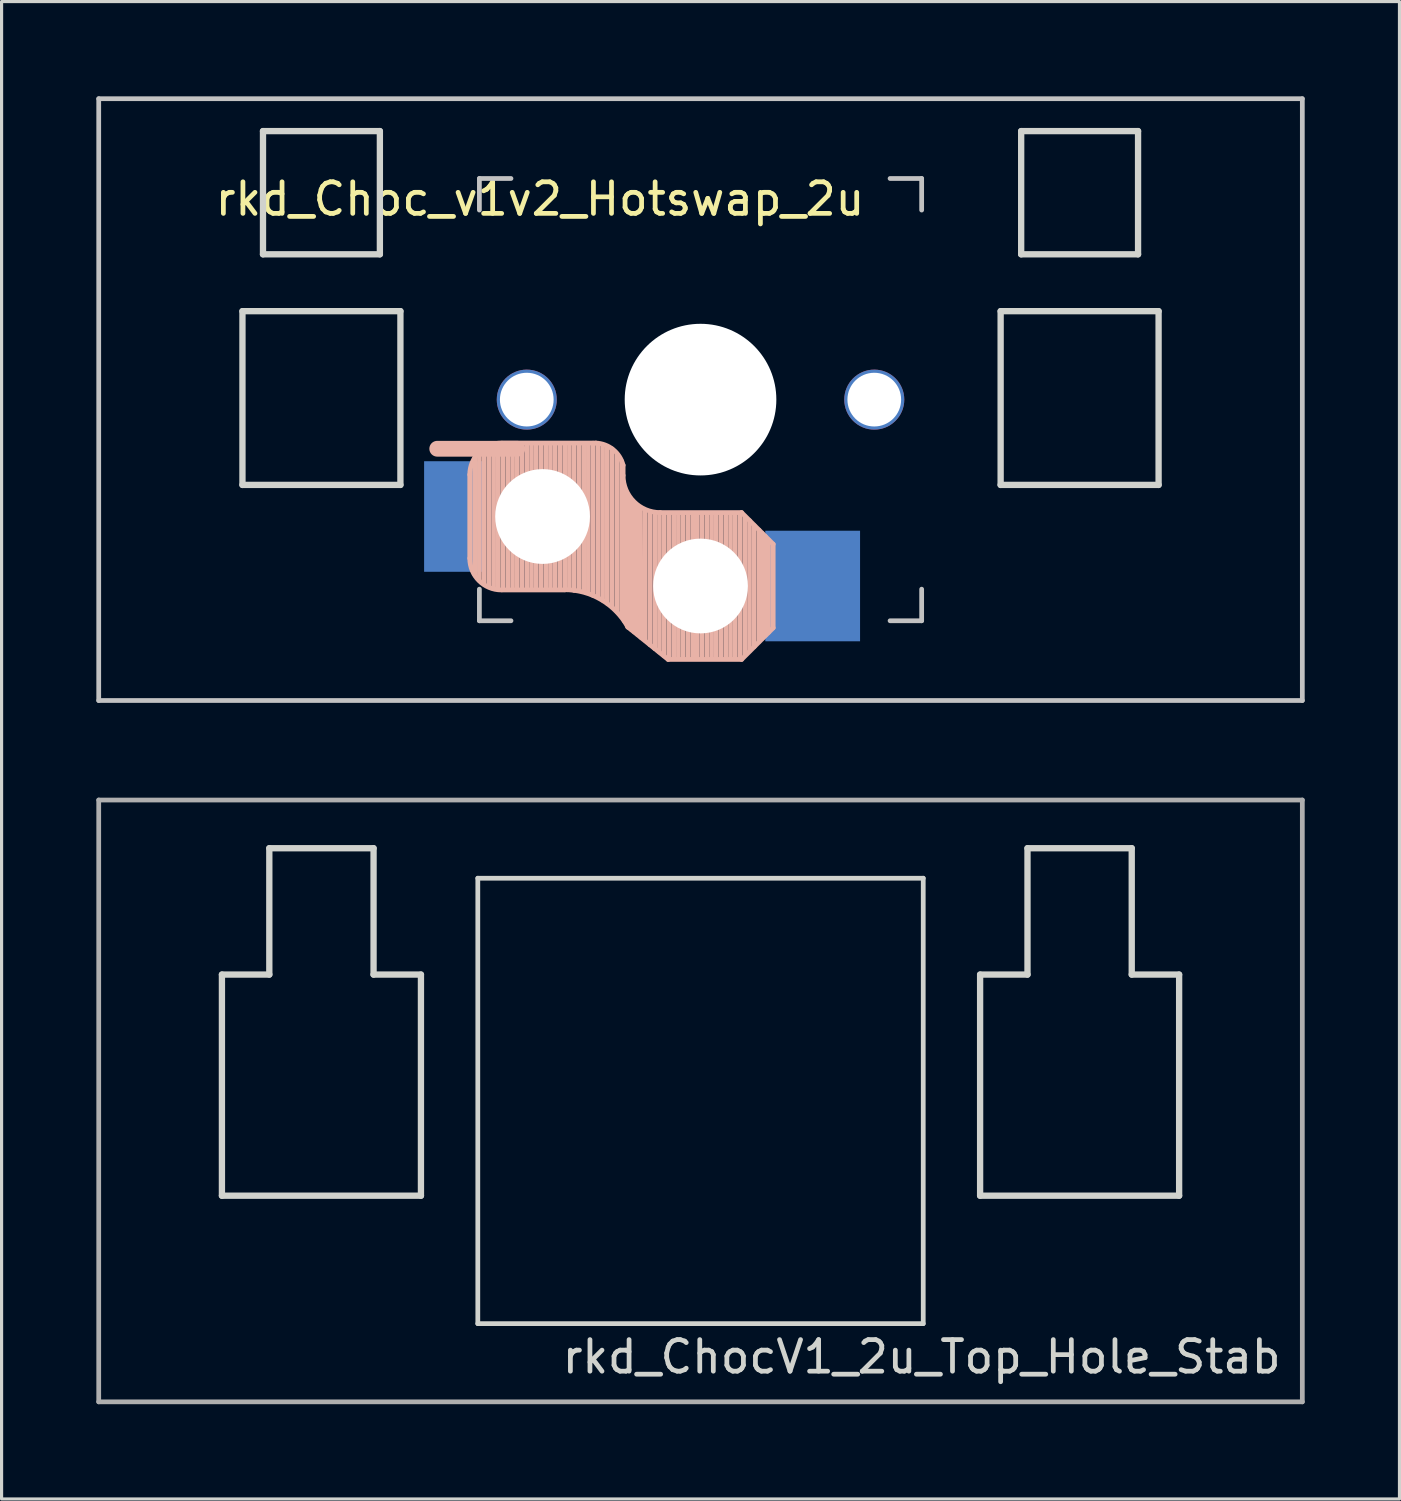
<source format=kicad_pcb>
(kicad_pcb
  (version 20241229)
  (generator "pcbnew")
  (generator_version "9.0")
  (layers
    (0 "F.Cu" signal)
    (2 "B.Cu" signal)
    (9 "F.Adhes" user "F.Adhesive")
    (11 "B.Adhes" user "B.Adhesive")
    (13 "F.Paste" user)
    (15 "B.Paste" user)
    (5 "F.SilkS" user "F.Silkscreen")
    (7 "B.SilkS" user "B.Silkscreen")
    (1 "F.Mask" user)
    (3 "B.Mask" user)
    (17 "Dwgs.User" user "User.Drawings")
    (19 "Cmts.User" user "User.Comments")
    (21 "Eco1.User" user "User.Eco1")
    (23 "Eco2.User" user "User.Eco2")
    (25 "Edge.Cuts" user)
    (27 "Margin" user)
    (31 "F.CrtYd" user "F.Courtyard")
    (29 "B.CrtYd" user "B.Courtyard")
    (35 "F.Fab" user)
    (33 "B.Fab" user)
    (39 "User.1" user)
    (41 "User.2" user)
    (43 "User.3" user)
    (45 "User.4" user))
  (footprint "rkd_ChocV1_2u_Top_Hole_Stab"
    (layer "F.Cu")
    (at 19.125 31.8)
    (property "Reference" "rkd_ChocV1_2u_Top_Hole_Stab" (at 7 8.1 0) (layer "Edge.Cuts") (effects (font (size 1 1) (thickness 0.15))))
    (attr through_hole)
    (fp_line (start -15.15 -4) (end -15.15 3) (stroke (width 0.2) (type solid)) (layer "Edge.Cuts"))
    (fp_line (start -13.65 -8) (end -13.65 -4) (stroke (width 0.2) (type solid)) (layer "Edge.Cuts"))
    (fp_line (start -13.65 -8) (end -10.35 -8) (stroke (width 0.2) (type solid)) (layer "Edge.Cuts"))
    (fp_line (start -13.65 -4) (end -15.15 -4) (stroke (width 0.2) (type solid)) (layer "Edge.Cuts"))
    (fp_line (start -10.35 -8) (end -10.35 -4) (stroke (width 0.2) (type solid)) (layer "Edge.Cuts"))
    (fp_line (start -10.35 -4) (end -8.85 -4) (stroke (width 0.2) (type solid)) (layer "Edge.Cuts"))
    (fp_line (start -8.85 -4) (end -8.85 3) (stroke (width 0.2) (type solid)) (layer "Edge.Cuts"))
    (fp_line (start -8.85 3) (end -15.15 3) (stroke (width 0.2) (type solid)) (layer "Edge.Cuts"))
    (fp_line (start -7.05 -7.05) (end 7.05 -7.05) (stroke (width 0.15) (type solid)) (layer "Edge.Cuts"))
    (fp_line (start -7.05 7.05) (end -7.05 -7.05) (stroke (width 0.15) (type solid)) (layer "Edge.Cuts"))
    (fp_line (start 7.05 -7.05) (end 7.05 7.05) (stroke (width 0.15) (type solid)) (layer "Edge.Cuts"))
    (fp_line (start 7.05 7.05) (end -7.05 7.05) (stroke (width 0.15) (type solid)) (layer "Edge.Cuts"))
    (fp_line (start 8.85 -4) (end 8.85 3) (stroke (width 0.2) (type solid)) (layer "Edge.Cuts"))
    (fp_line (start 10.35 -8) (end 10.35 -4) (stroke (width 0.2) (type solid)) (layer "Edge.Cuts"))
    (fp_line (start 10.35 -8) (end 13.65 -8) (stroke (width 0.2) (type solid)) (layer "Edge.Cuts"))
    (fp_line (start 10.35 -4) (end 8.85 -4) (stroke (width 0.2) (type solid)) (layer "Edge.Cuts"))
    (fp_line (start 13.65 -8) (end 13.65 -4) (stroke (width 0.2) (type solid)) (layer "Edge.Cuts"))
    (fp_line (start 13.65 -4) (end 15.15 -4) (stroke (width 0.2) (type solid)) (layer "Edge.Cuts"))
    (fp_line (start 15.15 -4) (end 15.15 3) (stroke (width 0.2) (type solid)) (layer "Edge.Cuts"))
    (fp_line (start 15.15 3) (end 8.85 3) (stroke (width 0.2) (type solid)) (layer "Edge.Cuts"))
    (fp_line (start -19.05 -9.525) (end -19.05 9.525) (stroke (width 0.15) (type solid)) (layer "F.Fab"))
    (fp_line (start -19.05 9.525) (end 19.05 9.525) (stroke (width 0.15) (type solid)) (layer "F.Fab"))
    (fp_line (start 19.05 -9.525) (end -19.05 -9.525) (stroke (width 0.15) (type solid)) (layer "F.Fab"))
    (fp_line (start 19.05 9.525) (end 19.05 -9.525) (stroke (width 0.15) (type solid)) (layer "F.Fab")))
  (footprint "rkd_Choc_v1v2_Hotswap_2u"
    (layer "F.Cu")
    (at 19.125 9.6)
    (property "Reference" "rkd_Choc_v1v2_Hotswap_2u" (at -5.08 -6.35 180) (layer "F.SilkS") (effects (font (size 1 1) (thickness 0.15))))
    (attr through_hole)
    (fp_line (start -7.305 2.375) (end -7.305 5.025) (stroke (width 0.15) (type solid)) (layer "B.SilkS"))
    (fp_line (start -7.15 5.53) (end -7.15 1.85) (stroke (width 0.15) (type solid)) (layer "B.SilkS"))
    (fp_line (start -7 5.7) (end -7 1.73) (stroke (width 0.15) (type solid)) (layer "B.SilkS"))
    (fp_line (start -6.85 5.84) (end -6.85 1.7) (stroke (width 0.15) (type solid)) (layer "B.SilkS"))
    (fp_line (start -6.7 5.92) (end -6.7 1.8) (stroke (width 0.15) (type solid)) (layer "B.SilkS"))
    (fp_line (start -6.55 5.97) (end -6.55 1.65) (stroke (width 0.15) (type solid)) (layer "B.SilkS"))
    (fp_line (start -6.4 6.01) (end -6.4 1.5) (stroke (width 0.15) (type solid)) (layer "B.SilkS"))
    (fp_line (start -6.25 6) (end -6.25 1.4) (stroke (width 0.15) (type solid)) (layer "B.SilkS"))
    (fp_line (start -6.1 6) (end -6.1 1.4) (stroke (width 0.15) (type solid)) (layer "B.SilkS"))
    (fp_line (start -5.95 6) (end -5.95 1.4) (stroke (width 0.15) (type solid)) (layer "B.SilkS"))
    (fp_line (start -5.8 1.555) (end -8.334 1.555) (stroke (width 0.5) (type default)) (layer "B.SilkS"))
    (fp_line (start -5.8 6) (end -5.8 1.4) (stroke (width 0.15) (type solid)) (layer "B.SilkS"))
    (fp_line (start -5.65 6) (end -5.65 1.4) (stroke (width 0.15) (type solid)) (layer "B.SilkS"))
    (fp_line (start -5.5 6) (end -5.5 1.4) (stroke (width 0.15) (type solid)) (layer "B.SilkS"))
    (fp_line (start -5.35 6) (end -5.35 1.4) (stroke (width 0.15) (type solid)) (layer "B.SilkS"))
    (fp_line (start -5.2 6) (end -5.2 1.4) (stroke (width 0.15) (type solid)) (layer "B.SilkS"))
    (fp_line (start -5.05 6) (end -5.05 1.4) (stroke (width 0.15) (type solid)) (layer "B.SilkS"))
    (fp_line (start -4.9 6) (end -4.9 1.4) (stroke (width 0.15) (type solid)) (layer "B.SilkS"))
    (fp_line (start -4.75 6) (end -4.75 1.4) (stroke (width 0.15) (type solid)) (layer "B.SilkS"))
    (fp_line (start -4.6 6) (end -4.6 1.4) (stroke (width 0.15) (type solid)) (layer "B.SilkS"))
    (fp_line (start -4.45 6) (end -4.45 1.4) (stroke (width 0.15) (type solid)) (layer "B.SilkS"))
    (fp_line (start -4.3 6) (end -4.3 1.4) (stroke (width 0.15) (type solid)) (layer "B.SilkS"))
    (fp_line (start -4.3 6.025) (end -6.275 6.025) (stroke (width 0.15) (type solid)) (layer "B.SilkS"))
    (fp_line (start -4.15 6) (end -4.15 1.45) (stroke (width 0.15) (type solid)) (layer "B.SilkS"))
    (fp_line (start -4 6.04) (end -4 1.4) (stroke (width 0.15) (type solid)) (layer "B.SilkS"))
    (fp_line (start -3.85 6.05) (end -3.85 1.4) (stroke (width 0.15) (type solid)) (layer "B.SilkS"))
    (fp_line (start -3.7 6.05) (end -3.7 1.45) (stroke (width 0.15) (type solid)) (layer "B.SilkS"))
    (fp_line (start -3.55 6.1) (end -3.55 1.39) (stroke (width 0.15) (type solid)) (layer "B.SilkS"))
    (fp_line (start -3.4 6.2) (end -3.4 1.38) (stroke (width 0.15) (type solid)) (layer "B.SilkS"))
    (fp_line (start -3.311 1.375) (end -6.275 1.375) (stroke (width 0.15) (type solid)) (layer "B.SilkS"))
    (fp_line (start -3.25 6.25) (end -3.25 1.4) (stroke (width 0.15) (type solid)) (layer "B.SilkS"))
    (fp_line (start -3.1 6.35) (end -3.1 1.43) (stroke (width 0.15) (type solid)) (layer "B.SilkS"))
    (fp_line (start -2.95 6.45) (end -2.95 1.48) (stroke (width 0.15) (type solid)) (layer "B.SilkS"))
    (fp_line (start -2.8 6.55) (end -2.8 1.56) (stroke (width 0.15) (type solid)) (layer "B.SilkS"))
    (fp_line (start -2.65 6.7) (end -2.65 1.75) (stroke (width 0.15) (type solid)) (layer "B.SilkS"))
    (fp_line (start -2.5 6.85) (end -2.5 1.95) (stroke (width 0.15) (type solid)) (layer "B.SilkS"))
    (fp_line (start -2.45 2.4) (end -2.45 2.077) (stroke (width 0.15) (type default)) (layer "B.SilkS"))
    (fp_line (start -2.4 7.02) (end -2.4 2.9) (stroke (width 0.15) (type solid)) (layer "B.SilkS"))
    (fp_line (start -2.3 7.2) (end -2.3 3.05) (stroke (width 0.15) (type solid)) (layer "B.SilkS"))
    (fp_line (start -2.3 7.2) (end -1.025 8.225) (stroke (width 0.15) (type solid)) (layer "B.SilkS"))
    (fp_line (start -2.2 7.27) (end -2.2 3.25) (stroke (width 0.15) (type solid)) (layer "B.SilkS"))
    (fp_line (start -2.1 7.35) (end -2.1 3.35) (stroke (width 0.15) (type solid)) (layer "B.SilkS"))
    (fp_line (start -2 7.43) (end -2 3.4) (stroke (width 0.15) (type solid)) (layer "B.SilkS"))
    (fp_line (start -1.89 7.52) (end -1.9 3.45) (stroke (width 0.15) (type solid)) (layer "B.SilkS"))
    (fp_line (start -1.75 7.62) (end -1.75 3.5) (stroke (width 0.15) (type solid)) (layer "B.SilkS"))
    (fp_line (start -1.6 7.76) (end -1.6 3.6) (stroke (width 0.15) (type solid)) (layer "B.SilkS"))
    (fp_line (start -1.45 7.88) (end -1.45 3.6) (stroke (width 0.15) (type solid)) (layer "B.SilkS"))
    (fp_line (start -1.3 7.99) (end -1.3 3.6) (stroke (width 0.15) (type solid)) (layer "B.SilkS"))
    (fp_line (start -1.15 8.11) (end -1.15 3.65) (stroke (width 0.15) (type solid)) (layer "B.SilkS"))
    (fp_line (start -1 8.2) (end -1 3.6) (stroke (width 0.15) (type solid)) (layer "B.SilkS"))
    (fp_line (start -0.85 8.2) (end -0.85 3.6) (stroke (width 0.15) (type solid)) (layer "B.SilkS"))
    (fp_line (start -0.7 8.2) (end -0.7 3.6) (stroke (width 0.15) (type solid)) (layer "B.SilkS"))
    (fp_line (start -0.55 8.2) (end -0.55 3.6) (stroke (width 0.15) (type solid)) (layer "B.SilkS"))
    (fp_line (start -0.4 8.2) (end -0.4 3.6) (stroke (width 0.15) (type solid)) (layer "B.SilkS"))
    (fp_line (start -0.25 8.2) (end -0.25 3.6) (stroke (width 0.15) (type solid)) (layer "B.SilkS"))
    (fp_line (start -0.1 8.2) (end -0.1 3.6) (stroke (width 0.15) (type solid)) (layer "B.SilkS"))
    (fp_line (start 0.05 8.2) (end 0.05 3.6) (stroke (width 0.15) (type solid)) (layer "B.SilkS"))
    (fp_line (start 0.2 8.2) (end 0.2 3.6) (stroke (width 0.15) (type solid)) (layer "B.SilkS"))
    (fp_line (start 0.35 8.2) (end 0.35 3.6) (stroke (width 0.15) (type solid)) (layer "B.SilkS"))
    (fp_line (start 0.5 8.2) (end 0.5 3.6) (stroke (width 0.15) (type solid)) (layer "B.SilkS"))
    (fp_line (start 0.65 8.2) (end 0.65 3.6) (stroke (width 0.15) (type solid)) (layer "B.SilkS"))
    (fp_line (start 0.8 8.2) (end 0.8 3.6) (stroke (width 0.15) (type solid)) (layer "B.SilkS"))
    (fp_line (start 0.95 8.2) (end 0.95 3.6) (stroke (width 0.15) (type solid)) (layer "B.SilkS"))
    (fp_line (start 1.1 8.2) (end 1.1 3.6) (stroke (width 0.15) (type solid)) (layer "B.SilkS"))
    (fp_line (start 1.25 8.2) (end 1.25 3.6) (stroke (width 0.15) (type solid)) (layer "B.SilkS"))
    (fp_line (start 1.3 3.575) (end -1.275 3.575) (stroke (width 0.15) (type solid)) (layer "B.SilkS"))
    (fp_line (start 1.3 8.225) (end -1.025 8.225) (stroke (width 0.15) (type solid)) (layer "B.SilkS"))
    (fp_line (start 1.4 8.09) (end 1.4 3.7) (stroke (width 0.15) (type solid)) (layer "B.SilkS"))
    (fp_line (start 1.55 7.95) (end 1.55 3.83) (stroke (width 0.15) (type solid)) (layer "B.SilkS"))
    (fp_line (start 1.7 7.82) (end 1.7 3.99) (stroke (width 0.15) (type solid)) (layer "B.SilkS"))
    (fp_line (start 1.85 7.66) (end 1.85 4.13) (stroke (width 0.15) (type solid)) (layer "B.SilkS"))
    (fp_line (start 1.95 7.56) (end 1.95 4.23) (stroke (width 0.15) (type solid)) (layer "B.SilkS"))
    (fp_line (start 2.05 7.45) (end 2.05 4.33) (stroke (width 0.15) (type solid)) (layer "B.SilkS"))
    (fp_line (start 2.15 7.37) (end 2.15 4.44) (stroke (width 0.15) (type solid)) (layer "B.SilkS"))
    (fp_line (start 2.3 4.575) (end 1.3 3.575) (stroke (width 0.15) (type solid)) (layer "B.SilkS"))
    (fp_line (start 2.3 4.575) (end 2.3 7.225) (stroke (width 0.15) (type solid)) (layer "B.SilkS"))
    (fp_line (start 2.3 7.225) (end 1.3 8.225) (stroke (width 0.15) (type solid)) (layer "B.SilkS"))
    (fp_arc (start -7.305 2.375) (mid -7.012107 1.667893) (end -6.305 1.375) (stroke (width 0.15) (type solid)) (layer "B.SilkS"))
    (fp_arc (start -6.305 6.025) (mid -7.012107 5.732107) (end -7.305 5.025) (stroke (width 0.15) (type solid)) (layer "B.SilkS"))
    (fp_arc (start -4.3 6.017458) (mid -3.138277 6.335211) (end -2.3 7.2) (stroke (width 0.15) (type solid)) (layer "B.SilkS"))
    (fp_arc (start -3.311204 1.375) (mid -2.763915 1.58277) (end -2.45 2.076887) (stroke (width 0.15) (type solid)) (layer "B.SilkS"))
    (fp_arc (start -1.275 3.575) (mid -2.10585 3.23085) (end -2.45 2.4) (stroke (width 0.15) (type solid)) (layer "B.SilkS"))
    (fp_line (start -19.05 -9.525) (end 19.05 -9.525) (stroke (width 0.15) (type solid)) (layer "Dwgs.User"))
    (fp_line (start -19.05 9.525) (end -19.05 -9.525) (stroke (width 0.15) (type solid)) (layer "Dwgs.User"))
    (fp_line (start -7 -7) (end -6 -7) (stroke (width 0.15) (type solid)) (layer "Dwgs.User"))
    (fp_line (start -7 -6) (end -7 -7) (stroke (width 0.15) (type solid)) (layer "Dwgs.User"))
    (fp_line (start -7 7) (end -7 6) (stroke (width 0.15) (type solid)) (layer "Dwgs.User"))
    (fp_line (start -6 7) (end -7 7) (stroke (width 0.15) (type solid)) (layer "Dwgs.User"))
    (fp_line (start 6 7) (end 7 7) (stroke (width 0.15) (type solid)) (layer "Dwgs.User"))
    (fp_line (start 7 -7) (end 6 -7) (stroke (width 0.15) (type solid)) (layer "Dwgs.User"))
    (fp_line (start 7 -6) (end 7 -7) (stroke (width 0.15) (type solid)) (layer "Dwgs.User"))
    (fp_line (start 7 7) (end 7 6) (stroke (width 0.15) (type solid)) (layer "Dwgs.User"))
    (fp_line (start 19.05 -9.525) (end 19.05 9.525) (stroke (width 0.15) (type solid)) (layer "Dwgs.User"))
    (fp_line (start 19.05 9.525) (end -19.05 9.525) (stroke (width 0.15) (type solid)) (layer "Dwgs.User"))
    (fp_line (start -14.5 -2.8) (end -9.5 -2.8) (stroke (width 0.2) (type solid)) (layer "Edge.Cuts"))
    (fp_line (start -14.5 2.7) (end -14.5 -2.8) (stroke (width 0.2) (type solid)) (layer "Edge.Cuts"))
    (fp_line (start -13.85 -8.5) (end -10.15 -8.5) (stroke (width 0.2) (type solid)) (layer "Edge.Cuts"))
    (fp_line (start -13.85 -4.6) (end -13.85 -8.5) (stroke (width 0.2) (type solid)) (layer "Edge.Cuts"))
    (fp_line (start -10.15 -8.5) (end -10.15 -4.6) (stroke (width 0.2) (type solid)) (layer "Edge.Cuts"))
    (fp_line (start -10.15 -4.6) (end -13.85 -4.6) (stroke (width 0.2) (type solid)) (layer "Edge.Cuts"))
    (fp_line (start -9.5 -2.8) (end -9.5 2.7) (stroke (width 0.2) (type solid)) (layer "Edge.Cuts"))
    (fp_line (start -9.5 2.7) (end -14.5 2.7) (stroke (width 0.2) (type solid)) (layer "Edge.Cuts"))
    (fp_line (start 9.5 -2.8) (end 9.5 2.7) (stroke (width 0.2) (type solid)) (layer "Edge.Cuts"))
    (fp_line (start 9.5 2.7) (end 14.5 2.7) (stroke (width 0.2) (type solid)) (layer "Edge.Cuts"))
    (fp_line (start 10.15 -8.5) (end 10.15 -4.6) (stroke (width 0.2) (type solid)) (layer "Edge.Cuts"))
    (fp_line (start 10.15 -4.6) (end 13.85 -4.6) (stroke (width 0.2) (type solid)) (layer "Edge.Cuts"))
    (fp_line (start 13.85 -8.5) (end 10.15 -8.5) (stroke (width 0.2) (type solid)) (layer "Edge.Cuts"))
    (fp_line (start 13.85 -8.5) (end 13.85 -4.6) (stroke (width 0.2) (type solid)) (layer "Edge.Cuts"))
    (fp_line (start 14.5 -2.8) (end 9.5 -2.8) (stroke (width 0.2) (type solid)) (layer "Edge.Cuts"))
    (fp_line (start 14.5 2.7) (end 14.5 -2.8) (stroke (width 0.2) (type solid)) (layer "Edge.Cuts"))
    (pad "" np_thru_hole circle (at -5.5 0) (size 1.9 1.9) (drill 1.7) (layers "*.Cu" "*.Mask"))
    (pad "" np_thru_hole circle (at -5 3.7 90) (size 3 3) (drill 3) (layers "*.Cu" "*.Mask"))
    (pad "" np_thru_hole circle (at 0 0 90) (size 4.8 4.8) (drill 4.8) (layers "*.Cu" "*.Mask"))
    (pad "" np_thru_hole circle (at 0 5.9 90) (size 3 3) (drill 3) (layers "*.Cu" "*.Mask"))
    (pad "" np_thru_hole circle (at 5.5 0) (size 1.9 1.9) (drill 1.7) (layers "*.Cu" "*.Mask"))
    (pad "1" smd rect (at -7.8 3.7 180) (size 1.9 3.5) (layers "B.Cu" "B.Mask" "B.Paste"))
    (pad "2" smd rect (at 3.55 5.9 180) (size 3 3.5) (layers "B.Cu" "B.Mask" "B.Paste")))
  (gr_rect
    (start -3 -3)
    (end 41.25 44.4)
    (stroke (width 0.1) (type default))
    (fill no)
    (layer "Edge.Cuts")))
</source>
